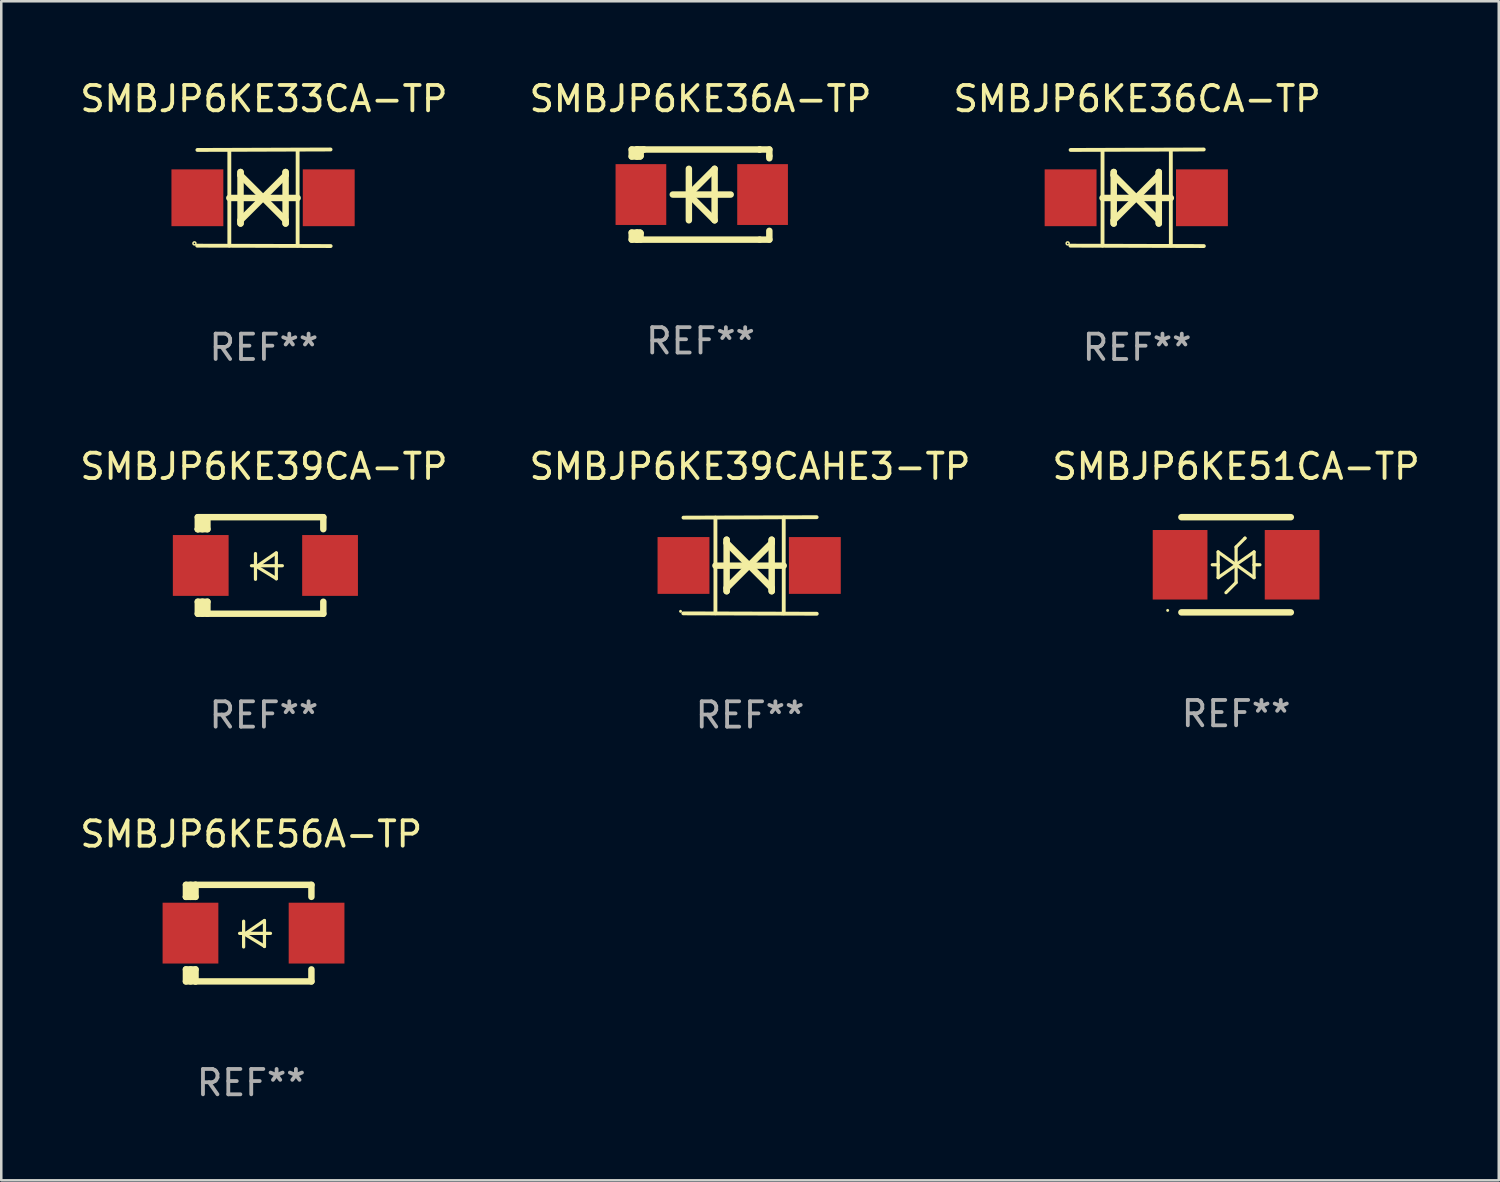
<source format=kicad_pcb>
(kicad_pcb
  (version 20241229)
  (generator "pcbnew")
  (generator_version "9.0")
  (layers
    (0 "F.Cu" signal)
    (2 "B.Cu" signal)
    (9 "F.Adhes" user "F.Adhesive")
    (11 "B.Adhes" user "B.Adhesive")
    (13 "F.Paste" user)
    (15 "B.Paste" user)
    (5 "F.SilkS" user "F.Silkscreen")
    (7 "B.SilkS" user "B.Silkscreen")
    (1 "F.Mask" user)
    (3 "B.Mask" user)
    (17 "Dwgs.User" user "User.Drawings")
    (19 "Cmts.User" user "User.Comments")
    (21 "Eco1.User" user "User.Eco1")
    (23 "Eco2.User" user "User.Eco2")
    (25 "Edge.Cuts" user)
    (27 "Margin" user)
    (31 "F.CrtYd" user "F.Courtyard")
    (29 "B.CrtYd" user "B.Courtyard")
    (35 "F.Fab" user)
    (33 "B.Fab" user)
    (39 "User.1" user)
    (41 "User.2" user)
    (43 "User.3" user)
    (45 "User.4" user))
  (footprint "SMBJP6KE36CA-TP"
    (layer "F.Cu")
    (at 41.815 4.753)
    (property "Reference" "SMBJP6KE36CA-TP" (at 0 -3.905 0) (layer "F.SilkS") (effects (font (size 1 1) (thickness 0.15))))
    (attr through_hole)
    (fp_line (start -1.365 1.886) (end -1.365 -1.886) (stroke (width 0.152) (type solid)) (layer "F.SilkS"))
    (fp_line (start -1.365 0.008) (end 1.33 0.008) (stroke (width 0.254) (type solid)) (layer "F.SilkS"))
    (fp_line (start -0.923 -1.016) (end -0.923 1.016) (stroke (width 0.254) (type solid)) (layer "F.SilkS"))
    (fp_line (start -0.923 -0.889) (end -0.923 -1.016) (stroke (width 0.254) (type solid)) (layer "F.SilkS"))
    (fp_line (start -0.923 0.889) (end -0.034 0) (stroke (width 0.254) (type solid)) (layer "F.SilkS"))
    (fp_line (start -0.923 1.016) (end -0.923 0.889) (stroke (width 0.254) (type solid)) (layer "F.SilkS"))
    (fp_line (start -0.034 0) (end -0.923 -0.889) (stroke (width 0.254) (type solid)) (layer "F.SilkS"))
    (fp_line (start -0.034 0) (end 0.855 0.889) (stroke (width 0.254) (type solid)) (layer "F.SilkS"))
    (fp_line (start 0.855 -1.016) (end 0.855 -0.889) (stroke (width 0.254) (type solid)) (layer "F.SilkS"))
    (fp_line (start 0.855 -0.889) (end -0.034 0) (stroke (width 0.254) (type solid)) (layer "F.SilkS"))
    (fp_line (start 0.855 0.889) (end 0.855 1.016) (stroke (width 0.254) (type solid)) (layer "F.SilkS"))
    (fp_line (start 0.855 1.016) (end 0.855 -1.016) (stroke (width 0.254) (type solid)) (layer "F.SilkS"))
    (fp_line (start 1.33 1.886) (end 1.33 -1.886) (stroke (width 0.152) (type solid)) (layer "F.SilkS"))
    (fp_line (start 2.629 -1.905) (end -2.625 -1.887) (stroke (width 0.152) (type solid)) (layer "F.SilkS"))
    (fp_line (start 2.633 1.905) (end -2.633 1.89) (stroke (width 0.152) (type solid)) (layer "F.SilkS"))
    (fp_circle (center -2.741 1.8) (end -2.712 1.8) (stroke (width 0.06) (type solid)) (fill no) (layer "F.SilkS"))
    (fp_text user "REF**" (at 0 5.905 0) (layer "F.Fab") (effects (font (size 1 1) (thickness 0.15))))
    (pad "1" smd rect (at -2.625 0) (size 2.047 2.241) (layers "F.Cu" "F.Mask" "F.Paste"))
    (pad "2" smd rect (at 2.557 0) (size 2.047 2.241) (layers "F.Cu" "F.Mask" "F.Paste")))
  (footprint "SMBJP6KE36A-TP"
    (layer "F.Cu")
    (at 24.589 4.626)
    (property "Reference" "SMBJP6KE36A-TP" (at 0 -3.778 0) (layer "F.SilkS") (effects (font (size 1 1) (thickness 0.15))))
    (attr through_hole)
    (fp_line (start -2.715 -1.778) (end -2.715 -1.501) (stroke (width 0.254) (type solid)) (layer "F.SilkS"))
    (fp_line (start -2.715 -1.501) (end -2.505 -1.501) (stroke (width 0.254) (type solid)) (layer "F.SilkS"))
    (fp_line (start -2.715 1.501) (end -2.715 1.778) (stroke (width 0.254) (type solid)) (layer "F.SilkS"))
    (fp_line (start -2.715 1.501) (end -2.505 1.501) (stroke (width 0.254) (type solid)) (layer "F.SilkS"))
    (fp_line (start -2.715 1.778) (end -2.504 1.778) (stroke (width 0.254) (type solid)) (layer "F.SilkS"))
    (fp_line (start -2.505 -1.778) (end -2.715 -1.778) (stroke (width 0.254) (type solid)) (layer "F.SilkS"))
    (fp_line (start -2.505 -1.778) (end -2.238 -1.778) (stroke (width 0.254) (type solid)) (layer "F.SilkS"))
    (fp_line (start -2.505 -1.501) (end -2.505 -1.651) (stroke (width 0.254) (type solid)) (layer "F.SilkS"))
    (fp_line (start -2.505 -1.501) (end -2.388 -1.501) (stroke (width 0.254) (type solid)) (layer "F.SilkS"))
    (fp_line (start -2.505 1.501) (end -2.505 1.778) (stroke (width 0.254) (type solid)) (layer "F.SilkS"))
    (fp_line (start -2.505 1.501) (end -2.388 1.501) (stroke (width 0.254) (type solid)) (layer "F.SilkS"))
    (fp_line (start -2.388 1.501) (end -2.365 1.524) (stroke (width 0.254) (type solid)) (layer "F.SilkS"))
    (fp_line (start -2.388 -1.501) (end -2.365 -1.524) (stroke (width 0.254) (type solid)) (layer "F.SilkS"))
    (fp_line (start -2.365 -1.651) (end -2.505 -1.778) (stroke (width 0.254) (type solid)) (layer "F.SilkS"))
    (fp_line (start -2.365 -1.524) (end -2.365 -1.651) (stroke (width 0.254) (type solid)) (layer "F.SilkS"))
    (fp_line (start -2.365 1.524) (end -2.365 1.778) (stroke (width 0.254) (type solid)) (layer "F.SilkS"))
    (fp_line (start -2.239 -1.778) (end 2.333 -1.778) (stroke (width 0.254) (type solid)) (layer "F.SilkS"))
    (fp_line (start -2.238 -1.778) (end -2.505 -1.778) (stroke (width 0.254) (type solid)) (layer "F.SilkS"))
    (fp_line (start -1.095 0) (end 1.191 0) (stroke (width 0.254) (type solid)) (layer "F.SilkS"))
    (fp_line (start -0.46 -1.016) (end -0.46 1.016) (stroke (width 0.254) (type solid)) (layer "F.SilkS"))
    (fp_line (start -0.46 -0.000127) (end 0.556 1.016) (stroke (width 0.254) (type solid)) (layer "F.SilkS"))
    (fp_line (start 0.556 -1.016) (end 0.556 1.016) (stroke (width 0.254) (type solid)) (layer "F.SilkS"))
    (fp_line (start 0.556 -1.016) (end -0.46 -0.000127) (stroke (width 0.254) (type solid)) (layer "F.SilkS"))
    (fp_line (start 2.333 -1.778) (end 2.333 -1.778) (stroke (width 0.254) (type solid)) (layer "F.SilkS"))
    (fp_line (start 2.333 -1.778) (end 2.715 -1.778) (stroke (width 0.254) (type solid)) (layer "F.SilkS"))
    (fp_line (start 2.334 1.778) (end -2.504 1.778) (stroke (width 0.254) (type solid)) (layer "F.SilkS"))
    (fp_line (start 2.715 -1.778) (end 2.715 -1.524) (stroke (width 0.254) (type solid)) (layer "F.SilkS"))
    (fp_line (start 2.715 -1.524) (end 2.715 -1.431) (stroke (width 0.254) (type solid)) (layer "F.SilkS"))
    (fp_line (start 2.715 1.431) (end 2.715 1.778) (stroke (width 0.254) (type solid)) (layer "F.SilkS"))
    (fp_line (start 2.715 1.778) (end 2.334 1.778) (stroke (width 0.254) (type solid)) (layer "F.SilkS"))
    (fp_circle (center -2.602 1.8) (end -2.572 1.8) (stroke (width 0.06) (type solid)) (fill no) (layer "F.SilkS"))
    (fp_text user "REF**" (at 0 5.778 0) (layer "F.Fab") (effects (font (size 1 1) (thickness 0.15))))
    (pad "1" smd rect (at -2.352 -0.000076) (size 2 2.4) (layers "F.Cu" "F.Mask" "F.Paste"))
    (pad "2" smd rect (at 2.448 -0.000076) (size 2 2.4) (layers "F.Cu" "F.Mask" "F.Paste")))
  (footprint "SMBJP6KE56A-TP"
    (layer "F.Cu")
    (at 6.863 33.766)
    (property "Reference" "SMBJP6KE56A-TP" (at 0 -3.905 0) (layer "F.SilkS") (effects (font (size 1 1) (thickness 0.15))))
    (attr through_hole)
    (fp_line (start -2.577 -1.905) (end -2.577 -1.431) (stroke (width 0.254) (type solid)) (layer "F.SilkS"))
    (fp_line (start -2.577 1.431) (end -2.577 1.905) (stroke (width 0.254) (type solid)) (layer "F.SilkS"))
    (fp_line (start -2.577 1.431) (end -2.198 1.431) (stroke (width 0.254) (type solid)) (layer "F.SilkS"))
    (fp_line (start -2.577 1.905) (end -2.198 1.905) (stroke (width 0.254) (type solid)) (layer "F.SilkS"))
    (fp_line (start -2.577 -1.431) (end -2.577 -1.431) (stroke (width 0.254) (type solid)) (layer "F.SilkS"))
    (fp_line (start -2.395 -1.431) (end -2.395 -1.905) (stroke (width 0.254) (type solid)) (layer "F.SilkS"))
    (fp_line (start -2.395 1.905) (end -2.395 1.431) (stroke (width 0.254) (type solid)) (layer "F.SilkS"))
    (fp_line (start -2.198 -1.905) (end -2.577 -1.905) (stroke (width 0.254) (type solid)) (layer "F.SilkS"))
    (fp_line (start -2.198 -1.905) (end 2.374 -1.905) (stroke (width 0.254) (type solid)) (layer "F.SilkS"))
    (fp_line (start -2.198 -1.431) (end -2.577 -1.431) (stroke (width 0.254) (type solid)) (layer "F.SilkS"))
    (fp_line (start -2.198 -1.431) (end -2.198 -1.905) (stroke (width 0.254) (type solid)) (layer "F.SilkS"))
    (fp_line (start -2.198 1.905) (end -2.198 1.431) (stroke (width 0.254) (type solid)) (layer "F.SilkS"))
    (fp_line (start -0.46 0.01) (end 0.759 0.01) (stroke (width 0.127) (type solid)) (layer "F.SilkS"))
    (fp_line (start -0.301 -0.47) (end -0.301 0.546) (stroke (width 0.127) (type solid)) (layer "F.SilkS"))
    (fp_line (start -0.262 0.04) (end 0.521 0.52) (stroke (width 0.127) (type solid)) (layer "F.SilkS"))
    (fp_line (start 0.521 -0.5) (end -0.262 0.04) (stroke (width 0.127) (type solid)) (layer "F.SilkS"))
    (fp_line (start 0.521 0.53) (end 0.521 -0.486) (stroke (width 0.127) (type solid)) (layer "F.SilkS"))
    (fp_line (start 2.374 -1.905) (end 2.374 -1.431) (stroke (width 0.254) (type solid)) (layer "F.SilkS"))
    (fp_line (start 2.374 1.431) (end 2.374 1.905) (stroke (width 0.254) (type solid)) (layer "F.SilkS"))
    (fp_line (start 2.374 1.905) (end -2.198 1.905) (stroke (width 0.254) (type solid)) (layer "F.SilkS"))
    (fp_circle (center -2.561 1.8) (end -2.531 1.8) (stroke (width 0.06) (type solid)) (fill no) (layer "F.SilkS"))
    (fp_text user "REF**" (at 0 5.905 0) (layer "F.Fab") (effects (font (size 1 1) (thickness 0.15))))
    (pad "1" smd rect (at -2.398 -0.000025) (size 2.2 2.4) (layers "F.Cu" "F.Mask" "F.Paste"))
    (pad "2" smd rect (at 2.577 -0.000025) (size 2.2 2.4) (layers "F.Cu" "F.Mask" "F.Paste")))
  (footprint "SMBJP6KE39CAHE3-TP"
    (layer "F.Cu")
    (at 26.542 19.26)
    (property "Reference" "SMBJP6KE39CAHE3-TP" (at 0 -3.905 0) (layer "F.SilkS") (effects (font (size 1 1) (thickness 0.15))))
    (attr through_hole)
    (fp_line (start -1.365 1.886) (end -1.365 -1.886) (stroke (width 0.152) (type solid)) (layer "F.SilkS"))
    (fp_line (start -1.365 0.008) (end 1.33 0.008) (stroke (width 0.254) (type solid)) (layer "F.SilkS"))
    (fp_line (start -0.923 -1.016) (end -0.923 1.016) (stroke (width 0.254) (type solid)) (layer "F.SilkS"))
    (fp_line (start -0.923 -0.889) (end -0.923 -1.016) (stroke (width 0.254) (type solid)) (layer "F.SilkS"))
    (fp_line (start -0.923 0.889) (end -0.034 0) (stroke (width 0.254) (type solid)) (layer "F.SilkS"))
    (fp_line (start -0.923 1.016) (end -0.923 0.889) (stroke (width 0.254) (type solid)) (layer "F.SilkS"))
    (fp_line (start -0.034 0) (end -0.923 -0.889) (stroke (width 0.254) (type solid)) (layer "F.SilkS"))
    (fp_line (start -0.034 0) (end 0.855 0.889) (stroke (width 0.254) (type solid)) (layer "F.SilkS"))
    (fp_line (start 0.855 -1.016) (end 0.855 -0.889) (stroke (width 0.254) (type solid)) (layer "F.SilkS"))
    (fp_line (start 0.855 -0.889) (end -0.034 0) (stroke (width 0.254) (type solid)) (layer "F.SilkS"))
    (fp_line (start 0.855 0.889) (end 0.855 1.016) (stroke (width 0.254) (type solid)) (layer "F.SilkS"))
    (fp_line (start 0.855 1.016) (end 0.855 -1.016) (stroke (width 0.254) (type solid)) (layer "F.SilkS"))
    (fp_line (start 1.33 1.886) (end 1.33 -1.886) (stroke (width 0.152) (type solid)) (layer "F.SilkS"))
    (fp_line (start 2.629 -1.905) (end -2.625 -1.887) (stroke (width 0.152) (type solid)) (layer "F.SilkS"))
    (fp_line (start 2.633 1.905) (end -2.633 1.89) (stroke (width 0.152) (type solid)) (layer "F.SilkS"))
    (fp_circle (center -2.741 1.81) (end -2.711 1.81) (stroke (width 0.06) (type solid)) (fill no) (layer "F.SilkS"))
    (fp_text user "REF**" (at 0 5.905 0) (layer "F.Fab") (effects (font (size 1 1) (thickness 0.15))))
    (pad "1" smd rect (at -2.625 0) (size 2.047 2.241) (layers "F.Cu" "F.Mask" "F.Paste"))
    (pad "2" smd rect (at 2.557 0) (size 2.047 2.241) (layers "F.Cu" "F.Mask" "F.Paste")))
  (footprint "SMBJP6KE33CA-TP"
    (layer "F.Cu")
    (at 7.363 4.753)
    (property "Reference" "SMBJP6KE33CA-TP" (at 0 -3.905 0) (layer "F.SilkS") (effects (font (size 1 1) (thickness 0.15))))
    (attr through_hole)
    (fp_line (start -1.365 1.886) (end -1.365 -1.886) (stroke (width 0.152) (type solid)) (layer "F.SilkS"))
    (fp_line (start -1.365 0.008) (end 1.33 0.008) (stroke (width 0.254) (type solid)) (layer "F.SilkS"))
    (fp_line (start -0.923 -1.016) (end -0.923 1.016) (stroke (width 0.254) (type solid)) (layer "F.SilkS"))
    (fp_line (start -0.923 -0.889) (end -0.923 -1.016) (stroke (width 0.254) (type solid)) (layer "F.SilkS"))
    (fp_line (start -0.923 0.889) (end -0.034 0) (stroke (width 0.254) (type solid)) (layer "F.SilkS"))
    (fp_line (start -0.923 1.016) (end -0.923 0.889) (stroke (width 0.254) (type solid)) (layer "F.SilkS"))
    (fp_line (start -0.034 0) (end -0.923 -0.889) (stroke (width 0.254) (type solid)) (layer "F.SilkS"))
    (fp_line (start -0.034 0) (end 0.855 0.889) (stroke (width 0.254) (type solid)) (layer "F.SilkS"))
    (fp_line (start 0.855 -1.016) (end 0.855 -0.889) (stroke (width 0.254) (type solid)) (layer "F.SilkS"))
    (fp_line (start 0.855 -0.889) (end -0.034 0) (stroke (width 0.254) (type solid)) (layer "F.SilkS"))
    (fp_line (start 0.855 0.889) (end 0.855 1.016) (stroke (width 0.254) (type solid)) (layer "F.SilkS"))
    (fp_line (start 0.855 1.016) (end 0.855 -1.016) (stroke (width 0.254) (type solid)) (layer "F.SilkS"))
    (fp_line (start 1.33 1.886) (end 1.33 -1.886) (stroke (width 0.152) (type solid)) (layer "F.SilkS"))
    (fp_line (start 2.629 -1.905) (end -2.625 -1.887) (stroke (width 0.152) (type solid)) (layer "F.SilkS"))
    (fp_line (start 2.633 1.905) (end -2.633 1.89) (stroke (width 0.152) (type solid)) (layer "F.SilkS"))
    (fp_circle (center -2.741 1.8) (end -2.712 1.8) (stroke (width 0.06) (type solid)) (fill no) (layer "F.SilkS"))
    (fp_text user "REF**" (at 0 5.905 0) (layer "F.Fab") (effects (font (size 1 1) (thickness 0.15))))
    (pad "1" smd rect (at -2.625 0) (size 2.047 2.241) (layers "F.Cu" "F.Mask" "F.Paste"))
    (pad "2" smd rect (at 2.557 0) (size 2.047 2.241) (layers "F.Cu" "F.Mask" "F.Paste")))
  (footprint "SMBJP6KE51CA-TP"
    (layer "F.Cu")
    (at 45.72 19.233)
    (property "Reference" "SMBJP6KE51CA-TP" (at 0 -3.878 0) (layer "F.SilkS") (effects (font (size 1 1) (thickness 0.15))))
    (attr through_hole)
    (fp_line (start -2.159 -1.878) (end 2.159 -1.878) (stroke (width 0.254) (type solid)) (layer "F.SilkS"))
    (fp_line (start -0.716 0) (end -0.94 0) (stroke (width 0.127) (type solid)) (layer "F.SilkS"))
    (fp_line (start -0.708 -0.508) (end -0.708 0.508) (stroke (width 0.127) (type solid)) (layer "F.SilkS"))
    (fp_line (start -0.708 -0.508) (end 0 0.003) (stroke (width 0.127) (type solid)) (layer "F.SilkS"))
    (fp_line (start -0.708 0.008) (end -0.716 0) (stroke (width 0.127) (type solid)) (layer "F.SilkS"))
    (fp_line (start -0.708 0.508) (end 0 0.007) (stroke (width 0.127) (type solid)) (layer "F.SilkS"))
    (fp_line (start 0 -0.7) (end 0 0.7) (stroke (width 0.127) (type solid)) (layer "F.SilkS"))
    (fp_line (start 0 -0.7) (end 0.35 -1.05) (stroke (width 0.127) (type solid)) (layer "F.SilkS"))
    (fp_line (start 0 0.7) (end -0.4 1.1) (stroke (width 0.127) (type solid)) (layer "F.SilkS"))
    (fp_line (start 0.35 -1.05) (end 0.35 -1.05) (stroke (width 0.127) (type solid)) (layer "F.SilkS"))
    (fp_line (start 0.708 0.008) (end 0.716 0) (stroke (width 0.127) (type solid)) (layer "F.SilkS"))
    (fp_line (start 0.708 0.508) (end 0.708 -0.508) (stroke (width 0.127) (type solid)) (layer "F.SilkS"))
    (fp_line (start 0.708 -0.508) (end 0 -0.007) (stroke (width 0.127) (type solid)) (layer "F.SilkS"))
    (fp_line (start 0.708 0.508) (end 0 -0.003) (stroke (width 0.127) (type solid)) (layer "F.SilkS"))
    (fp_line (start 0.716 0) (end 0.94 0) (stroke (width 0.127) (type solid)) (layer "F.SilkS"))
    (fp_line (start 2.159 1.878) (end -2.159 1.878) (stroke (width 0.254) (type solid)) (layer "F.SilkS"))
    (fp_circle (center -2.7 1.8) (end -2.67 1.8) (stroke (width 0.06) (type solid)) (fill no) (layer "F.SilkS"))
    (fp_text user "REF**" (at 0 5.878 0) (layer "F.Fab") (effects (font (size 1 1) (thickness 0.15))))
    (pad "1" smd rect (at -2.21 0) (size 2.159 2.743) (layers "F.Cu" "F.Mask" "F.Paste"))
    (pad "2" smd rect (at 2.21 0) (size 2.159 2.743) (layers "F.Cu" "F.Mask" "F.Paste")))
  (footprint "SMBJP6KE39CA-TP"
    (layer "F.Cu")
    (at 7.363 19.26)
    (property "Reference" "SMBJP6KE39CA-TP" (at 0 -3.905 0) (layer "F.SilkS") (effects (font (size 1 1) (thickness 0.15))))
    (attr through_hole)
    (fp_line (start -2.609 -1.905) (end -2.609 -1.431) (stroke (width 0.254) (type solid)) (layer "F.SilkS"))
    (fp_line (start -2.609 1.431) (end -2.609 1.905) (stroke (width 0.254) (type solid)) (layer "F.SilkS"))
    (fp_line (start -2.609 1.431) (end -2.229 1.431) (stroke (width 0.254) (type solid)) (layer "F.SilkS"))
    (fp_line (start -2.609 1.905) (end -2.229 1.905) (stroke (width 0.254) (type solid)) (layer "F.SilkS"))
    (fp_line (start -2.609 -1.431) (end -2.609 -1.431) (stroke (width 0.254) (type solid)) (layer "F.SilkS"))
    (fp_line (start -2.427 -1.431) (end -2.427 -1.905) (stroke (width 0.254) (type solid)) (layer "F.SilkS"))
    (fp_line (start -2.427 1.905) (end -2.427 1.431) (stroke (width 0.254) (type solid)) (layer "F.SilkS"))
    (fp_line (start -2.229 -1.905) (end -2.609 -1.905) (stroke (width 0.254) (type solid)) (layer "F.SilkS"))
    (fp_line (start -2.229 -1.905) (end 2.343 -1.905) (stroke (width 0.254) (type solid)) (layer "F.SilkS"))
    (fp_line (start -2.229 -1.431) (end -2.609 -1.431) (stroke (width 0.254) (type solid)) (layer "F.SilkS"))
    (fp_line (start -2.229 -1.431) (end -2.229 -1.905) (stroke (width 0.254) (type solid)) (layer "F.SilkS"))
    (fp_line (start -2.229 1.905) (end -2.229 1.431) (stroke (width 0.254) (type solid)) (layer "F.SilkS"))
    (fp_line (start -0.491 0.01) (end 0.727 0.01) (stroke (width 0.127) (type solid)) (layer "F.SilkS"))
    (fp_line (start -0.333 -0.47) (end -0.333 0.546) (stroke (width 0.127) (type solid)) (layer "F.SilkS"))
    (fp_line (start -0.293 0.04) (end 0.489 0.52) (stroke (width 0.127) (type solid)) (layer "F.SilkS"))
    (fp_line (start 0.489 -0.5) (end -0.293 0.04) (stroke (width 0.127) (type solid)) (layer "F.SilkS"))
    (fp_line (start 0.489 0.53) (end 0.489 -0.486) (stroke (width 0.127) (type solid)) (layer "F.SilkS"))
    (fp_line (start 2.343 -1.905) (end 2.343 -1.431) (stroke (width 0.254) (type solid)) (layer "F.SilkS"))
    (fp_line (start 2.343 1.431) (end 2.343 1.905) (stroke (width 0.254) (type solid)) (layer "F.SilkS"))
    (fp_line (start 2.343 1.905) (end -2.229 1.905) (stroke (width 0.254) (type solid)) (layer "F.SilkS"))
    (fp_circle (center -2.643 1.8) (end -2.613 1.8) (stroke (width 0.06) (type solid)) (fill no) (layer "F.SilkS"))
    (fp_text user "REF**" (at 0 5.905 0) (layer "F.Fab") (effects (font (size 1 1) (thickness 0.15))))
    (pad "1" smd rect (at -2.493 0) (size 2.2 2.4) (layers "F.Cu" "F.Mask" "F.Paste"))
    (pad "2" smd rect (at 2.609 0) (size 2.2 2.4) (layers "F.Cu" "F.Mask" "F.Paste")))
  (gr_rect
    (start -3 -3)
    (end 56.083 43.52)
    (stroke (width 0.1) (type default))
    (fill no)
    (layer "Edge.Cuts")))
</source>
